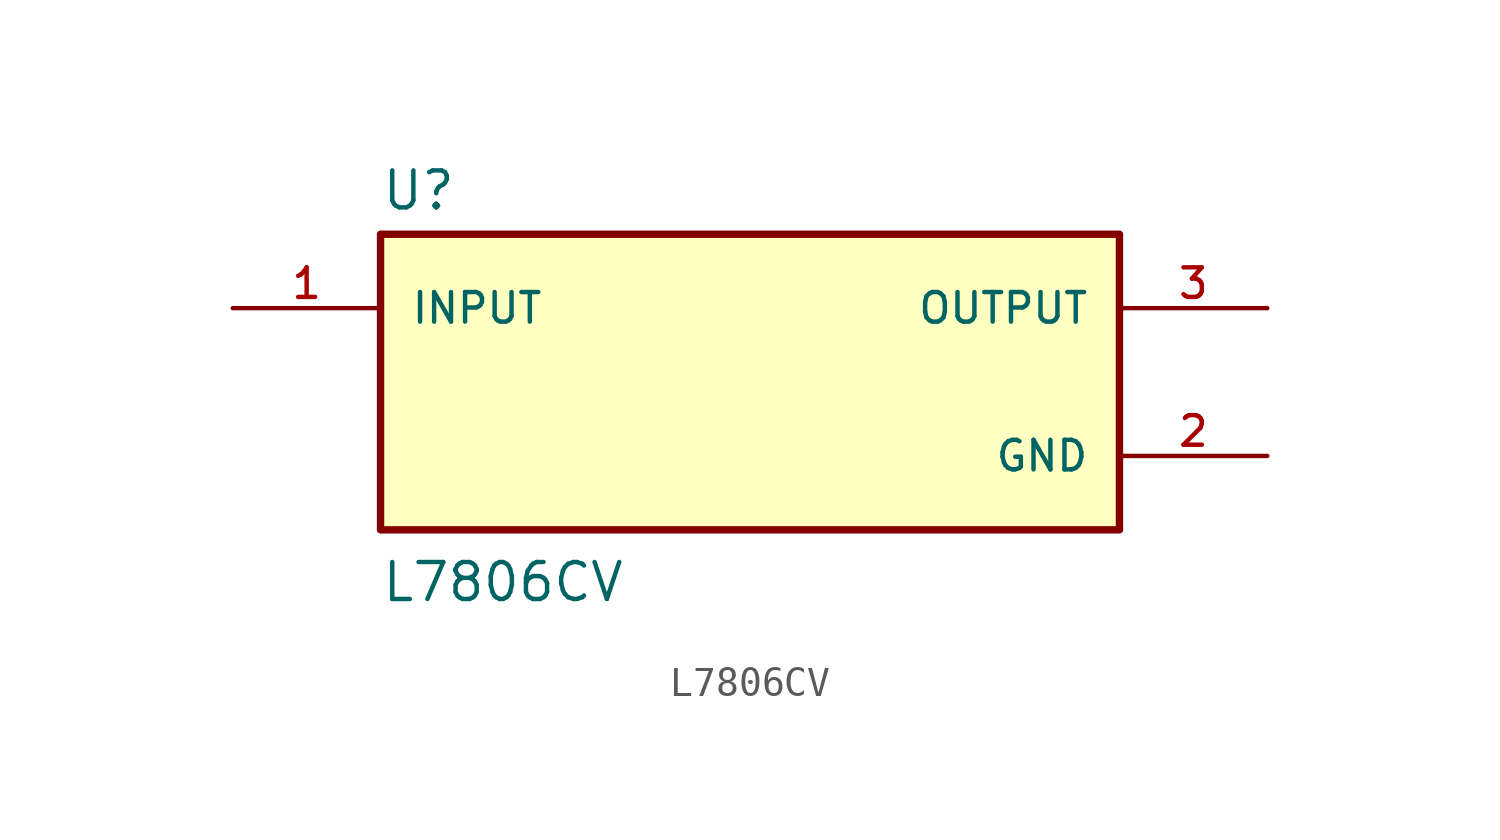
<source format=kicad_sym>
(kicad_symbol_lib
  (version 20211014)
  (generator kicad_symbol_editor)
  (symbol "L7806CV"
    (pin_names
      (offset 1.016))
    (property "Reference" "U"
      (at -12.7 5.842 0)
      (effects (font (size 1.27 1.27)) (justify bottom left)))
    (property "Value" "L7806CV"
      (at -12.7 -7.62 0)
      (effects (font (size 1.27 1.27)) (justify bottom left)))
    (symbol "L7806CV_0_0"
      (rectangle (start -12.7 -5.08) (end 12.7 5.08) (stroke (width 0.254)) (fill (type background)))
      (pin input line (at -17.78 2.54 0) (length 5.08) (name "INPUT" (effects (font (size 1.016 1.016)))) (number "1" (effects (font (size 1.016 1.016)))))
      (pin output line (at 17.78 2.54 180.0) (length 5.08) (name "OUTPUT" (effects (font (size 1.016 1.016)))) (number "3" (effects (font (size 1.016 1.016)))))
      (pin power_in line (at 17.78 -2.54 180.0) (length 5.08) (name "GND" (effects (font (size 1.016 1.016)))) (number "2" (effects (font (size 1.016 1.016))))))))
</source>
